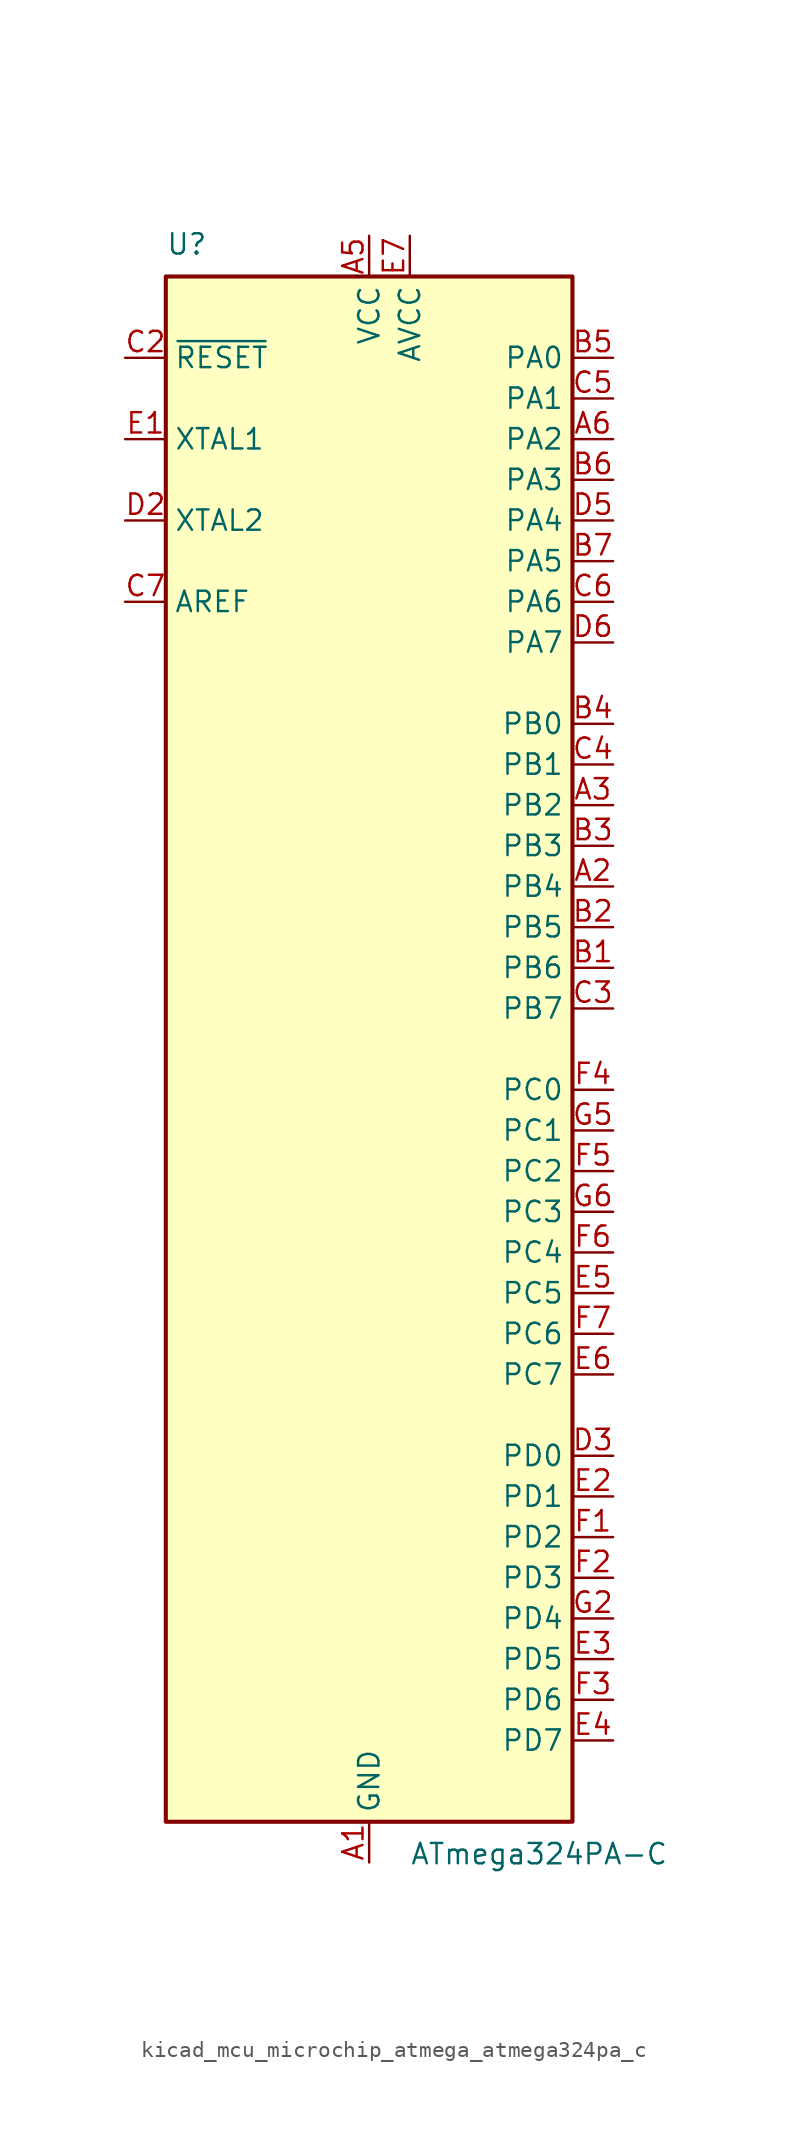
<source format=kicad_sym>
(kicad_symbol_lib
  (version 20220914)
  (generator kicad_symbol_editor)
  (symbol "kicad_mcu_microchip_atmega_atmega324pa_c"
    (property "Reference" "U"
      (at -12.7 49.53 0)
      (effects (font (size 1.27 1.27)) (justify left bottom)))
    (property "Value" "ATmega324PA-C"
      (at 2.54 -49.53 0)
      (effects (font (size 1.27 1.27)) (justify left top)))
    (symbol "kicad_mcu_microchip_atmega_atmega324pa_c_0_1"
      (rectangle (start -12.7 -48.26) (end 12.7 48.26) (stroke (width 0.254) (type default)) (fill (type background))))
    (symbol "kicad_mcu_microchip_atmega_atmega324pa_c_1_1"
      (pin power_in line (at 0 -50.8 90) (length 2.54) (name "GND" (effects (font (size 1.27 1.27)))) (number "A1" (effects (font (size 1.27 1.27)))))
      (pin bidirectional line (at 15.24 10.16 180) (length 2.54) (name "PB4" (effects (font (size 1.27 1.27)))) (number "A2" (effects (font (size 1.27 1.27)))))
      (pin bidirectional line (at 15.24 15.24 180) (length 2.54) (name "PB2" (effects (font (size 1.27 1.27)))) (number "A3" (effects (font (size 1.27 1.27)))))
      (pin passive line (at 0 -50.8 90) (length 2.54) hide (name "GND" (effects (font (size 1.27 1.27)))) (number "A4" (effects (font (size 1.27 1.27)))))
      (pin power_in line (at 0 50.8 270) (length 2.54) (name "VCC" (effects (font (size 1.27 1.27)))) (number "A5" (effects (font (size 1.27 1.27)))))
      (pin bidirectional line (at 15.24 38.1 180) (length 2.54) (name "PA2" (effects (font (size 1.27 1.27)))) (number "A6" (effects (font (size 1.27 1.27)))))
      (pin passive line (at 0 -50.8 90) (length 2.54) hide (name "GND" (effects (font (size 1.27 1.27)))) (number "A7" (effects (font (size 1.27 1.27)))))
      (pin bidirectional line (at 15.24 5.08 180) (length 2.54) (name "PB6" (effects (font (size 1.27 1.27)))) (number "B1" (effects (font (size 1.27 1.27)))))
      (pin bidirectional line (at 15.24 7.62 180) (length 2.54) (name "PB5" (effects (font (size 1.27 1.27)))) (number "B2" (effects (font (size 1.27 1.27)))))
      (pin bidirectional line (at 15.24 12.7 180) (length 2.54) (name "PB3" (effects (font (size 1.27 1.27)))) (number "B3" (effects (font (size 1.27 1.27)))))
      (pin bidirectional line (at 15.24 20.32 180) (length 2.54) (name "PB0" (effects (font (size 1.27 1.27)))) (number "B4" (effects (font (size 1.27 1.27)))))
      (pin bidirectional line (at 15.24 43.18 180) (length 2.54) (name "PA0" (effects (font (size 1.27 1.27)))) (number "B5" (effects (font (size 1.27 1.27)))))
      (pin bidirectional line (at 15.24 35.56 180) (length 2.54) (name "PA3" (effects (font (size 1.27 1.27)))) (number "B6" (effects (font (size 1.27 1.27)))))
      (pin bidirectional line (at 15.24 30.48 180) (length 2.54) (name "PA5" (effects (font (size 1.27 1.27)))) (number "B7" (effects (font (size 1.27 1.27)))))
      (pin passive line (at 0 50.8 270) (length 2.54) hide (name "VCC" (effects (font (size 1.27 1.27)))) (number "C1" (effects (font (size 1.27 1.27)))))
      (pin input line (at -15.24 43.18 0) (length 2.54) (name "~{RESET}" (effects (font (size 1.27 1.27)))) (number "C2" (effects (font (size 1.27 1.27)))))
      (pin bidirectional line (at 15.24 2.54 180) (length 2.54) (name "PB7" (effects (font (size 1.27 1.27)))) (number "C3" (effects (font (size 1.27 1.27)))))
      (pin bidirectional line (at 15.24 17.78 180) (length 2.54) (name "PB1" (effects (font (size 1.27 1.27)))) (number "C4" (effects (font (size 1.27 1.27)))))
      (pin bidirectional line (at 15.24 40.64 180) (length 2.54) (name "PA1" (effects (font (size 1.27 1.27)))) (number "C5" (effects (font (size 1.27 1.27)))))
      (pin bidirectional line (at 15.24 27.94 180) (length 2.54) (name "PA6" (effects (font (size 1.27 1.27)))) (number "C6" (effects (font (size 1.27 1.27)))))
      (pin passive line (at -15.24 27.94 0) (length 2.54) (name "AREF" (effects (font (size 1.27 1.27)))) (number "C7" (effects (font (size 1.27 1.27)))))
      (pin passive line (at 0 -50.8 90) (length 2.54) hide (name "GND" (effects (font (size 1.27 1.27)))) (number "D1" (effects (font (size 1.27 1.27)))))
      (pin output line (at -15.24 33.02 0) (length 2.54) (name "XTAL2" (effects (font (size 1.27 1.27)))) (number "D2" (effects (font (size 1.27 1.27)))))
      (pin bidirectional line (at 15.24 -25.4 180) (length 2.54) (name "PD0" (effects (font (size 1.27 1.27)))) (number "D3" (effects (font (size 1.27 1.27)))))
      (pin passive line (at 0 -50.8 90) (length 2.54) hide (name "GND" (effects (font (size 1.27 1.27)))) (number "D4" (effects (font (size 1.27 1.27)))))
      (pin bidirectional line (at 15.24 33.02 180) (length 2.54) (name "PA4" (effects (font (size 1.27 1.27)))) (number "D5" (effects (font (size 1.27 1.27)))))
      (pin bidirectional line (at 15.24 25.4 180) (length 2.54) (name "PA7" (effects (font (size 1.27 1.27)))) (number "D6" (effects (font (size 1.27 1.27)))))
      (pin passive line (at 0 -50.8 90) (length 2.54) hide (name "GND" (effects (font (size 1.27 1.27)))) (number "D7" (effects (font (size 1.27 1.27)))))
      (pin input line (at -15.24 38.1 0) (length 2.54) (name "XTAL1" (effects (font (size 1.27 1.27)))) (number "E1" (effects (font (size 1.27 1.27)))))
      (pin bidirectional line (at 15.24 -27.94 180) (length 2.54) (name "PD1" (effects (font (size 1.27 1.27)))) (number "E2" (effects (font (size 1.27 1.27)))))
      (pin bidirectional line (at 15.24 -38.1 180) (length 2.54) (name "PD5" (effects (font (size 1.27 1.27)))) (number "E3" (effects (font (size 1.27 1.27)))))
      (pin bidirectional line (at 15.24 -43.18 180) (length 2.54) (name "PD7" (effects (font (size 1.27 1.27)))) (number "E4" (effects (font (size 1.27 1.27)))))
      (pin bidirectional line (at 15.24 -15.24 180) (length 2.54) (name "PC5" (effects (font (size 1.27 1.27)))) (number "E5" (effects (font (size 1.27 1.27)))))
      (pin bidirectional line (at 15.24 -20.32 180) (length 2.54) (name "PC7" (effects (font (size 1.27 1.27)))) (number "E6" (effects (font (size 1.27 1.27)))))
      (pin power_in line (at 2.54 50.8 270) (length 2.54) (name "AVCC" (effects (font (size 1.27 1.27)))) (number "E7" (effects (font (size 1.27 1.27)))))
      (pin bidirectional line (at 15.24 -30.48 180) (length 2.54) (name "PD2" (effects (font (size 1.27 1.27)))) (number "F1" (effects (font (size 1.27 1.27)))))
      (pin bidirectional line (at 15.24 -33.02 180) (length 2.54) (name "PD3" (effects (font (size 1.27 1.27)))) (number "F2" (effects (font (size 1.27 1.27)))))
      (pin bidirectional line (at 15.24 -40.64 180) (length 2.54) (name "PD6" (effects (font (size 1.27 1.27)))) (number "F3" (effects (font (size 1.27 1.27)))))
      (pin bidirectional line (at 15.24 -2.54 180) (length 2.54) (name "PC0" (effects (font (size 1.27 1.27)))) (number "F4" (effects (font (size 1.27 1.27)))))
      (pin bidirectional line (at 15.24 -7.62 180) (length 2.54) (name "PC2" (effects (font (size 1.27 1.27)))) (number "F5" (effects (font (size 1.27 1.27)))))
      (pin bidirectional line (at 15.24 -12.7 180) (length 2.54) (name "PC4" (effects (font (size 1.27 1.27)))) (number "F6" (effects (font (size 1.27 1.27)))))
      (pin bidirectional line (at 15.24 -17.78 180) (length 2.54) (name "PC6" (effects (font (size 1.27 1.27)))) (number "F7" (effects (font (size 1.27 1.27)))))
      (pin passive line (at 0 -50.8 90) (length 2.54) hide (name "GND" (effects (font (size 1.27 1.27)))) (number "G1" (effects (font (size 1.27 1.27)))))
      (pin bidirectional line (at 15.24 -35.56 180) (length 2.54) (name "PD4" (effects (font (size 1.27 1.27)))) (number "G2" (effects (font (size 1.27 1.27)))))
      (pin passive line (at 0 50.8 270) (length 2.54) hide (name "VCC" (effects (font (size 1.27 1.27)))) (number "G3" (effects (font (size 1.27 1.27)))))
      (pin passive line (at 0 -50.8 90) (length 2.54) hide (name "GND" (effects (font (size 1.27 1.27)))) (number "G4" (effects (font (size 1.27 1.27)))))
      (pin bidirectional line (at 15.24 -5.08 180) (length 2.54) (name "PC1" (effects (font (size 1.27 1.27)))) (number "G5" (effects (font (size 1.27 1.27)))))
      (pin bidirectional line (at 15.24 -10.16 180) (length 2.54) (name "PC3" (effects (font (size 1.27 1.27)))) (number "G6" (effects (font (size 1.27 1.27)))))
      (pin passive line (at 0 -50.8 90) (length 2.54) hide (name "GND" (effects (font (size 1.27 1.27)))) (number "G7" (effects (font (size 1.27 1.27))))))))
</source>
